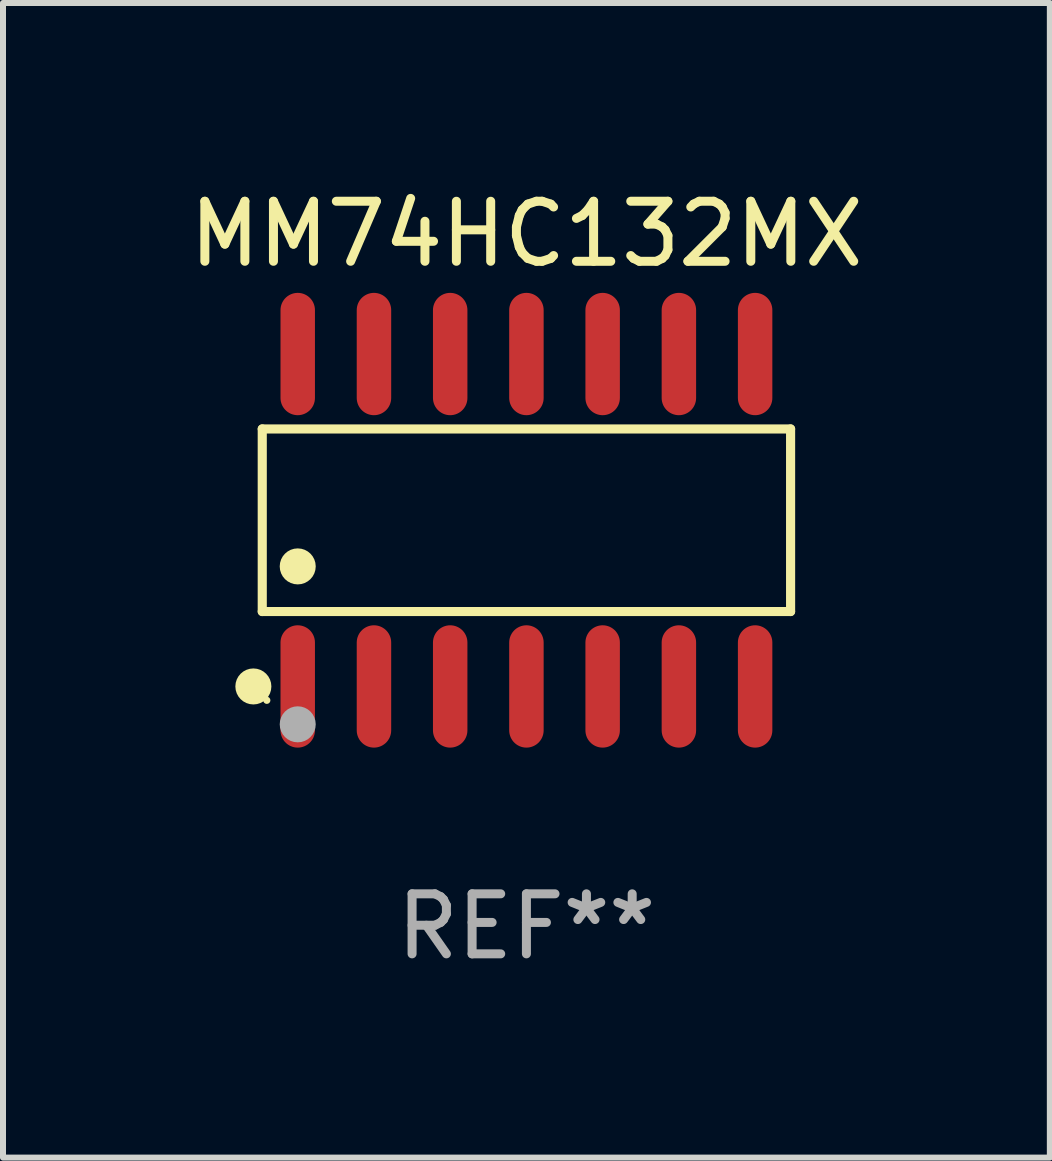
<source format=kicad_pcb>
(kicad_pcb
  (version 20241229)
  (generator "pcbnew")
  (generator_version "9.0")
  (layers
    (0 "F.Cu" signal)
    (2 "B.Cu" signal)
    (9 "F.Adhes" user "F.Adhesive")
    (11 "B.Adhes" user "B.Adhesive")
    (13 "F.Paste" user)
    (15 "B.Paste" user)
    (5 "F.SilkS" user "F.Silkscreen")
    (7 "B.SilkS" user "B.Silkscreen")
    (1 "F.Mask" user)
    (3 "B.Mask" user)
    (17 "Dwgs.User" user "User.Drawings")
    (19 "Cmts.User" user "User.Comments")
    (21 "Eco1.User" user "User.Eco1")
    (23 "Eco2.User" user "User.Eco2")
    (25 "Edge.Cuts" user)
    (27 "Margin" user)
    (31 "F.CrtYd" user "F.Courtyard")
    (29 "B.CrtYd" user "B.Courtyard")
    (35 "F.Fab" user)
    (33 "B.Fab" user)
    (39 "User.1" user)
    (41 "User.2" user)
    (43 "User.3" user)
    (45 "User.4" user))
  (footprint "MM74HC132MX"
    (layer "F.Cu")
    (at 5.72 5.617)
    (property "Reference" "MM74HC132MX" (at 0 -4.769 0) (layer "F.SilkS") (effects (font (size 1 1) (thickness 0.15))))
    (attr through_hole)
    (fp_line (start -4.401 -1.521) (end 4.401 -1.521) (stroke (width 0.152) (type solid)) (layer "F.SilkS"))
    (fp_line (start -4.401 1.521) (end -4.401 -1.521) (stroke (width 0.152) (type solid)) (layer "F.SilkS"))
    (fp_line (start 4.401 -1.521) (end 4.401 1.521) (stroke (width 0.152) (type solid)) (layer "F.SilkS"))
    (fp_line (start 4.401 1.521) (end -4.401 1.521) (stroke (width 0.152) (type solid)) (layer "F.SilkS"))
    (fp_circle (center -4.549 2.769) (end -4.399 2.769) (stroke (width 0.3) (type solid)) (fill no) (layer "F.SilkS"))
    (fp_circle (center -4.325 3) (end -4.295 3) (stroke (width 0.06) (type solid)) (fill no) (layer "F.SilkS"))
    (fp_circle (center -3.81 0.769) (end -3.66 0.769) (stroke (width 0.3) (type solid)) (fill no) (layer "F.SilkS"))
    (fp_circle (center -3.81 3.4) (end -3.66 3.4) (stroke (width 0.3) (type solid)) (fill no) (layer "F.Fab"))
    (fp_text user "REF**" (at 0 6.769 0) (layer "F.Fab") (effects (font (size 1 1) (thickness 0.15))))
    (pad "1" smd oval (at -3.81 2.769) (size 0.574 2.038) (layers "F.Cu" "F.Mask" "F.Paste"))
    (pad "2" smd oval (at -2.54 2.769) (size 0.574 2.038) (layers "F.Cu" "F.Mask" "F.Paste"))
    (pad "3" smd oval (at -1.27 2.769) (size 0.574 2.038) (layers "F.Cu" "F.Mask" "F.Paste"))
    (pad "4" smd oval (at 0 2.769) (size 0.574 2.038) (layers "F.Cu" "F.Mask" "F.Paste"))
    (pad "5" smd oval (at 1.27 2.769) (size 0.574 2.038) (layers "F.Cu" "F.Mask" "F.Paste"))
    (pad "6" smd oval (at 2.54 2.769) (size 0.574 2.038) (layers "F.Cu" "F.Mask" "F.Paste"))
    (pad "7" smd oval (at 3.81 2.769) (size 0.574 2.038) (layers "F.Cu" "F.Mask" "F.Paste"))
    (pad "8" smd oval (at 3.81 -2.769) (size 0.574 2.038) (layers "F.Cu" "F.Mask" "F.Paste"))
    (pad "9" smd oval (at 2.54 -2.769) (size 0.574 2.038) (layers "F.Cu" "F.Mask" "F.Paste"))
    (pad "10" smd oval (at 1.27 -2.769) (size 0.574 2.038) (layers "F.Cu" "F.Mask" "F.Paste"))
    (pad "11" smd oval (at 0 -2.769) (size 0.574 2.038) (layers "F.Cu" "F.Mask" "F.Paste"))
    (pad "12" smd oval (at -1.27 -2.769) (size 0.574 2.038) (layers "F.Cu" "F.Mask" "F.Paste"))
    (pad "13" smd oval (at -2.54 -2.769) (size 0.574 2.038) (layers "F.Cu" "F.Mask" "F.Paste"))
    (pad "14" smd oval (at -3.81 -2.769) (size 0.574 2.038) (layers "F.Cu" "F.Mask" "F.Paste")))
  (gr_rect
    (start -3 -3)
    (end 14.44 16.235)
    (stroke (width 0.1) (type default))
    (fill no)
    (layer "Edge.Cuts")))
</source>
